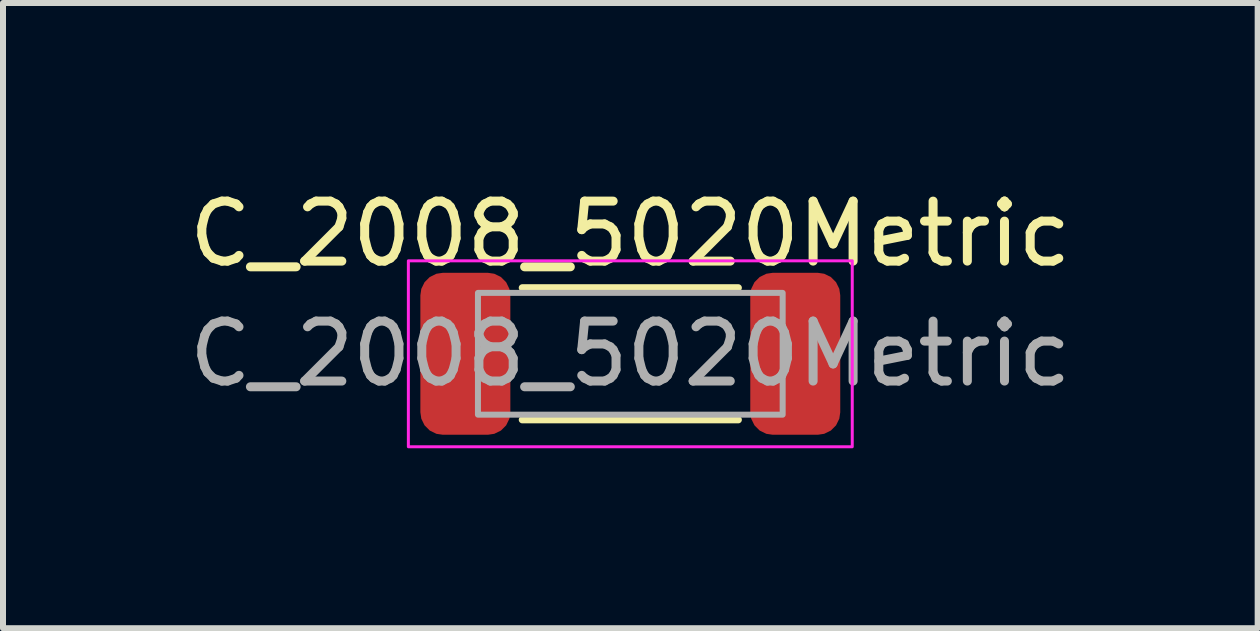
<source format=kicad_pcb>
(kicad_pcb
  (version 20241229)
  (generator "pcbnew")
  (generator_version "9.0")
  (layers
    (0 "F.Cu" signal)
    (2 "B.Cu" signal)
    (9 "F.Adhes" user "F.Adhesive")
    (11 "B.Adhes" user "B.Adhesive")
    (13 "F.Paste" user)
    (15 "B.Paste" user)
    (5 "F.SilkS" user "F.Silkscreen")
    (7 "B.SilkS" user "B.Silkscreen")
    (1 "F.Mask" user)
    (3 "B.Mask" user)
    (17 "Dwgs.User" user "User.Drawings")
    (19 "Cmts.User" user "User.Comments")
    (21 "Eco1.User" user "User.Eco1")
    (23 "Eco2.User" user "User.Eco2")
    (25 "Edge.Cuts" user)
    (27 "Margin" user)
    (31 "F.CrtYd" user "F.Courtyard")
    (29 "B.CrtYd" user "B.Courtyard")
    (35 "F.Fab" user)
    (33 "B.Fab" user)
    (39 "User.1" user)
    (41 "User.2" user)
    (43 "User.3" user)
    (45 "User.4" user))
  (footprint "C_2008_5020Metric"
    (layer "F.Cu")
    (at 7.458 2.848)
    (property "Reference" "C_2008_5020Metric" (at 0 -2 0) (unlocked yes) (layer "F.SilkS") (effects (font (size 1 1) (thickness 0.15))))
    (attr smd)
    (fp_line (start -1.8 -1.1) (end 1.8 -1.1) (stroke (width 0.12) (type default)) (layer "F.SilkS"))
    (fp_line (start -1.8 1.1) (end 1.8 1.1) (stroke (width 0.12) (type default)) (layer "F.SilkS"))
    (fp_rect (start -3.7 -1.55) (end 3.7 1.55) (stroke (width 0.05) (type default)) (fill no) (layer "F.CrtYd"))
    (fp_rect (start -2.54 -1.015) (end 2.54 1.015) (stroke (width 0.1) (type default)) (fill no) (layer "F.Fab"))
    (fp_text user "${REFERENCE}" (at 0 0 0) (unlocked yes) (layer "F.Fab") (effects (font (size 1 1) (thickness 0.15))))
    (pad "1" smd roundrect (at -2.75 0) (size 1.5 2.7) (layers "F.Cu" "F.Mask" "F.Paste") (roundrect_rratio 0.25))
    (pad "2" smd roundrect (at 2.75 0) (size 1.5 2.7) (layers "F.Cu" "F.Mask" "F.Paste") (roundrect_rratio 0.25)))
  (gr_rect
    (start -3 -3)
    (end 17.917 7.423)
    (stroke (width 0.1) (type default))
    (fill no)
    (layer "Edge.Cuts")))
</source>
